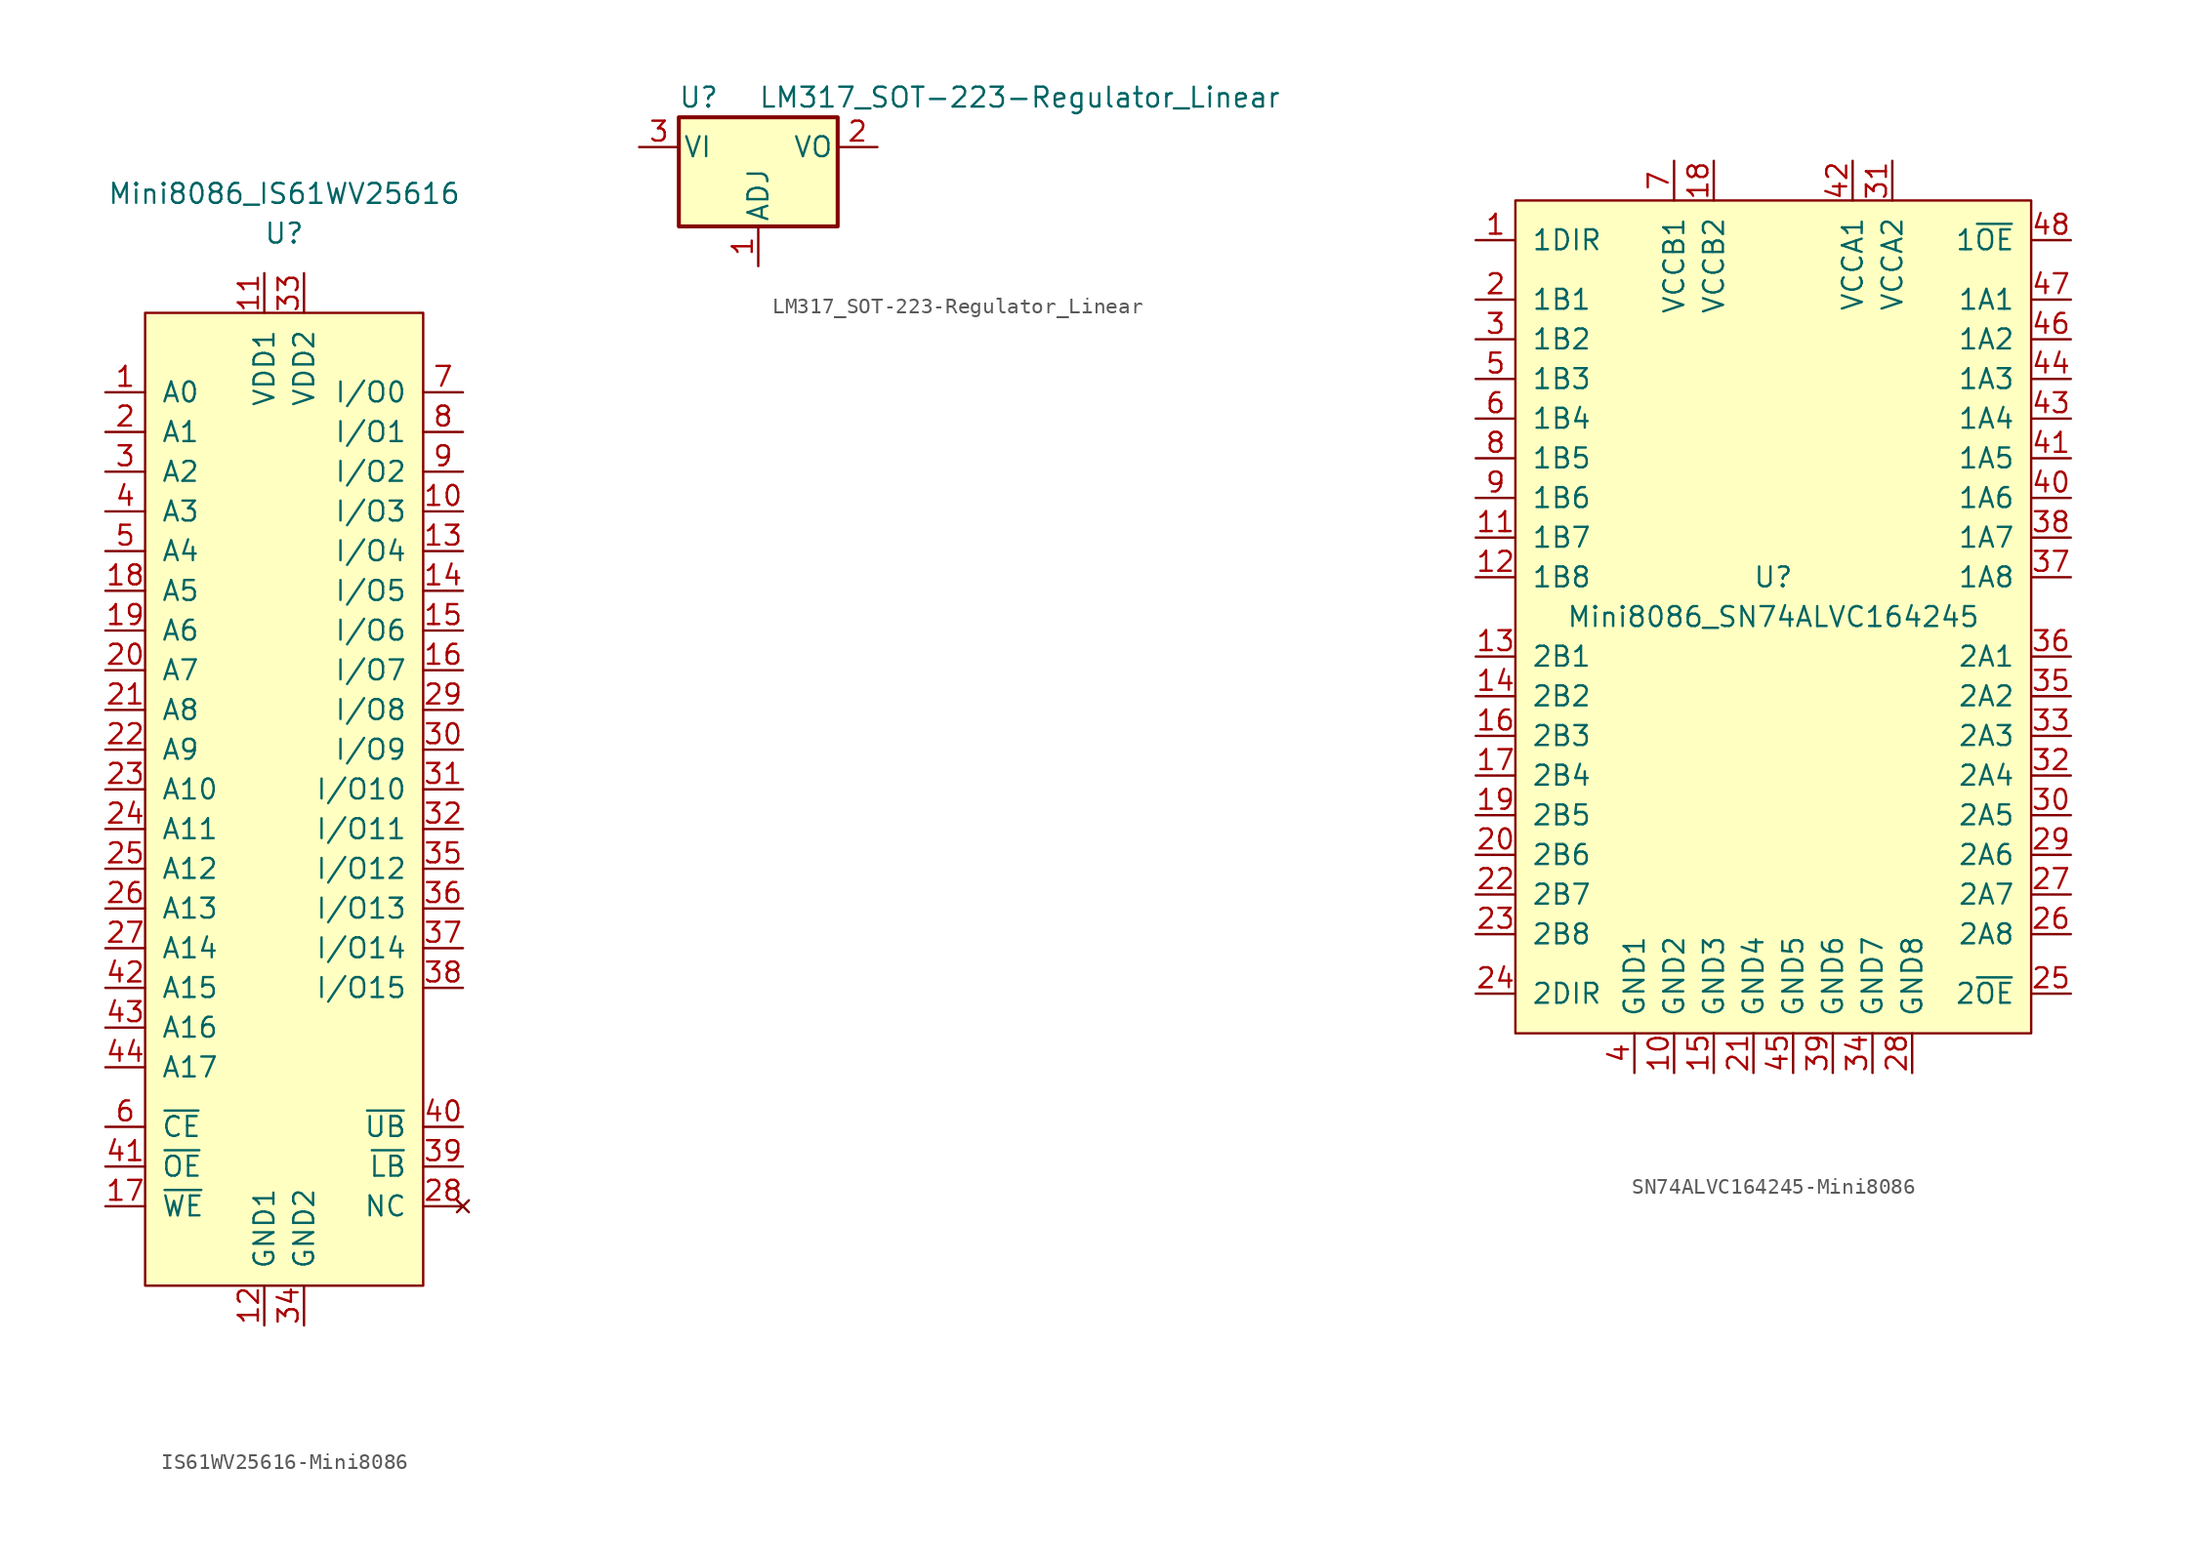
<source format=kicad_sym>
(kicad_symbol_lib
  (version 20220914)
  (generator kicad_symbol_editor)
  (symbol "IS61WV25616-Mini8086"
    (pin_names
      (offset 1.016))
    (property "Reference" "U"
      (at 0 33.02 0)
      (effects (font (size 1.27 1.27))))
    (property "Value" "Mini8086_IS61WV25616"
      (at 0 35.56 0)
      (effects (font (size 1.27 1.27))))
    (symbol "IS61WV25616-Mini8086_0_1"
      (rectangle (start -8.89 27.94) (end 8.89 -34.29) (stroke (width 0) (type solid)) (fill (type background))))
    (symbol "IS61WV25616-Mini8086_1_1"
      (pin input line (at -11.43 22.86 0) (length 2.54) (name "A0" (effects (font (size 1.27 1.27)))) (number "1" (effects (font (size 1.27 1.27)))))
      (pin bidirectional line (at 11.43 15.24 180) (length 2.54) (name "I/O3" (effects (font (size 1.27 1.27)))) (number "10" (effects (font (size 1.27 1.27)))))
      (pin power_in line (at -1.27 30.48 270) (length 2.54) (name "VDD1" (effects (font (size 1.27 1.27)))) (number "11" (effects (font (size 1.27 1.27)))))
      (pin power_in line (at -1.27 -36.83 90) (length 2.54) (name "GND1" (effects (font (size 1.27 1.27)))) (number "12" (effects (font (size 1.27 1.27)))))
      (pin bidirectional line (at 11.43 12.7 180) (length 2.54) (name "I/O4" (effects (font (size 1.27 1.27)))) (number "13" (effects (font (size 1.27 1.27)))))
      (pin bidirectional line (at 11.43 10.16 180) (length 2.54) (name "I/O5" (effects (font (size 1.27 1.27)))) (number "14" (effects (font (size 1.27 1.27)))))
      (pin bidirectional line (at 11.43 7.62 180) (length 2.54) (name "I/O6" (effects (font (size 1.27 1.27)))) (number "15" (effects (font (size 1.27 1.27)))))
      (pin bidirectional line (at 11.43 5.08 180) (length 2.54) (name "I/O7" (effects (font (size 1.27 1.27)))) (number "16" (effects (font (size 1.27 1.27)))))
      (pin input line (at -11.43 -29.21 0) (length 2.54) (name "~{WE}" (effects (font (size 1.27 1.27)))) (number "17" (effects (font (size 1.27 1.27)))))
      (pin input line (at -11.43 10.16 0) (length 2.54) (name "A5" (effects (font (size 1.27 1.27)))) (number "18" (effects (font (size 1.27 1.27)))))
      (pin input line (at -11.43 7.62 0) (length 2.54) (name "A6" (effects (font (size 1.27 1.27)))) (number "19" (effects (font (size 1.27 1.27)))))
      (pin input line (at -11.43 20.32 0) (length 2.54) (name "A1" (effects (font (size 1.27 1.27)))) (number "2" (effects (font (size 1.27 1.27)))))
      (pin input line (at -11.43 5.08 0) (length 2.54) (name "A7" (effects (font (size 1.27 1.27)))) (number "20" (effects (font (size 1.27 1.27)))))
      (pin input line (at -11.43 2.54 0) (length 2.54) (name "A8" (effects (font (size 1.27 1.27)))) (number "21" (effects (font (size 1.27 1.27)))))
      (pin input line (at -11.43 0 0) (length 2.54) (name "A9" (effects (font (size 1.27 1.27)))) (number "22" (effects (font (size 1.27 1.27)))))
      (pin input line (at -11.43 -2.54 0) (length 2.54) (name "A10" (effects (font (size 1.27 1.27)))) (number "23" (effects (font (size 1.27 1.27)))))
      (pin input line (at -11.43 -5.08 0) (length 2.54) (name "A11" (effects (font (size 1.27 1.27)))) (number "24" (effects (font (size 1.27 1.27)))))
      (pin input line (at -11.43 -7.62 0) (length 2.54) (name "A12" (effects (font (size 1.27 1.27)))) (number "25" (effects (font (size 1.27 1.27)))))
      (pin input line (at -11.43 -10.16 0) (length 2.54) (name "A13" (effects (font (size 1.27 1.27)))) (number "26" (effects (font (size 1.27 1.27)))))
      (pin input line (at -11.43 -12.7 0) (length 2.54) (name "A14" (effects (font (size 1.27 1.27)))) (number "27" (effects (font (size 1.27 1.27)))))
      (pin no_connect line (at 11.43 -29.21 180) (length 2.54) (name "NC" (effects (font (size 1.27 1.27)))) (number "28" (effects (font (size 1.27 1.27)))))
      (pin bidirectional line (at 11.43 2.54 180) (length 2.54) (name "I/O8" (effects (font (size 1.27 1.27)))) (number "29" (effects (font (size 1.27 1.27)))))
      (pin input line (at -11.43 17.78 0) (length 2.54) (name "A2" (effects (font (size 1.27 1.27)))) (number "3" (effects (font (size 1.27 1.27)))))
      (pin bidirectional line (at 11.43 0 180) (length 2.54) (name "I/O9" (effects (font (size 1.27 1.27)))) (number "30" (effects (font (size 1.27 1.27)))))
      (pin bidirectional line (at 11.43 -2.54 180) (length 2.54) (name "I/O10" (effects (font (size 1.27 1.27)))) (number "31" (effects (font (size 1.27 1.27)))))
      (pin bidirectional line (at 11.43 -5.08 180) (length 2.54) (name "I/O11" (effects (font (size 1.27 1.27)))) (number "32" (effects (font (size 1.27 1.27)))))
      (pin power_in line (at 1.27 30.48 270) (length 2.54) (name "VDD2" (effects (font (size 1.27 1.27)))) (number "33" (effects (font (size 1.27 1.27)))))
      (pin power_in line (at 1.27 -36.83 90) (length 2.54) (name "GND2" (effects (font (size 1.27 1.27)))) (number "34" (effects (font (size 1.27 1.27)))))
      (pin bidirectional line (at 11.43 -7.62 180) (length 2.54) (name "I/O12" (effects (font (size 1.27 1.27)))) (number "35" (effects (font (size 1.27 1.27)))))
      (pin bidirectional line (at 11.43 -10.16 180) (length 2.54) (name "I/O13" (effects (font (size 1.27 1.27)))) (number "36" (effects (font (size 1.27 1.27)))))
      (pin bidirectional line (at 11.43 -12.7 180) (length 2.54) (name "I/O14" (effects (font (size 1.27 1.27)))) (number "37" (effects (font (size 1.27 1.27)))))
      (pin bidirectional line (at 11.43 -15.24 180) (length 2.54) (name "I/O15" (effects (font (size 1.27 1.27)))) (number "38" (effects (font (size 1.27 1.27)))))
      (pin input line (at 11.43 -26.67 180) (length 2.54) (name "~{LB}" (effects (font (size 1.27 1.27)))) (number "39" (effects (font (size 1.27 1.27)))))
      (pin input line (at -11.43 15.24 0) (length 2.54) (name "A3" (effects (font (size 1.27 1.27)))) (number "4" (effects (font (size 1.27 1.27)))))
      (pin input line (at 11.43 -24.13 180) (length 2.54) (name "~{UB}" (effects (font (size 1.27 1.27)))) (number "40" (effects (font (size 1.27 1.27)))))
      (pin input line (at -11.43 -26.67 0) (length 2.54) (name "~{OE}" (effects (font (size 1.27 1.27)))) (number "41" (effects (font (size 1.27 1.27)))))
      (pin input line (at -11.43 -15.24 0) (length 2.54) (name "A15" (effects (font (size 1.27 1.27)))) (number "42" (effects (font (size 1.27 1.27)))))
      (pin input line (at -11.43 -17.78 0) (length 2.54) (name "A16" (effects (font (size 1.27 1.27)))) (number "43" (effects (font (size 1.27 1.27)))))
      (pin input line (at -11.43 -20.32 0) (length 2.54) (name "A17" (effects (font (size 1.27 1.27)))) (number "44" (effects (font (size 1.27 1.27)))))
      (pin input line (at -11.43 12.7 0) (length 2.54) (name "A4" (effects (font (size 1.27 1.27)))) (number "5" (effects (font (size 1.27 1.27)))))
      (pin input line (at -11.43 -24.13 0) (length 2.54) (name "~{CE}" (effects (font (size 1.27 1.27)))) (number "6" (effects (font (size 1.27 1.27)))))
      (pin bidirectional line (at 11.43 22.86 180) (length 2.54) (name "I/O0" (effects (font (size 1.27 1.27)))) (number "7" (effects (font (size 1.27 1.27)))))
      (pin bidirectional line (at 11.43 20.32 180) (length 2.54) (name "I/O1" (effects (font (size 1.27 1.27)))) (number "8" (effects (font (size 1.27 1.27)))))
      (pin bidirectional line (at 11.43 17.78 180) (length 2.54) (name "I/O2" (effects (font (size 1.27 1.27)))) (number "9" (effects (font (size 1.27 1.27)))))))
  (symbol "LM317_SOT-223-Regulator_Linear"
    (pin_names
      (offset 0.254))
    (property "Reference" "U"
      (at -3.81 3.175 0)
      (effects (font (size 1.27 1.27))))
    (property "Value" "LM317_SOT-223-Regulator_Linear"
      (at 0 3.175 0)
      (effects (font (size 1.27 1.27)) (justify left)))
    (symbol "LM317_SOT-223-Regulator_Linear_0_1"
      (rectangle (start -5.08 1.905) (end 5.08 -5.08) (stroke (width 0.254) (type solid)) (fill (type background))))
    (symbol "LM317_SOT-223-Regulator_Linear_1_1"
      (pin input line (at 0 -7.62 90) (length 2.54) (name "ADJ" (effects (font (size 1.27 1.27)))) (number "1" (effects (font (size 1.27 1.27)))))
      (pin power_out line (at 7.62 0 180) (length 2.54) (name "VO" (effects (font (size 1.27 1.27)))) (number "2" (effects (font (size 1.27 1.27)))))
      (pin power_in line (at -7.62 0 0) (length 2.54) (name "VI" (effects (font (size 1.27 1.27)))) (number "3" (effects (font (size 1.27 1.27)))))))
  (symbol "SN74ALVC164245-Mini8086"
    (pin_names
      (offset 1.016))
    (property "Reference" "U"
      (at 0 2.54 0)
      (effects (font (size 1.27 1.27))))
    (property "Value" "Mini8086_SN74ALVC164245"
      (at 0 0 0)
      (effects (font (size 1.27 1.27))))
    (symbol "SN74ALVC164245-Mini8086_0_1"
      (rectangle (start -16.51 -26.67) (end 16.51 26.67) (stroke (width 0) (type solid)) (fill (type background))))
    (symbol "SN74ALVC164245-Mini8086_1_1"
      (pin input line (at -19.05 24.13 0) (length 2.54) (name "1DIR" (effects (font (size 1.27 1.27)))) (number "1" (effects (font (size 1.27 1.27)))))
      (pin power_in line (at -6.35 -29.21 90) (length 2.54) (name "GND2" (effects (font (size 1.27 1.27)))) (number "10" (effects (font (size 1.27 1.27)))))
      (pin tri_state line (at -19.05 5.08 0) (length 2.54) (name "1B7" (effects (font (size 1.27 1.27)))) (number "11" (effects (font (size 1.27 1.27)))))
      (pin tri_state line (at -19.05 2.54 0) (length 2.54) (name "1B8" (effects (font (size 1.27 1.27)))) (number "12" (effects (font (size 1.27 1.27)))))
      (pin tri_state line (at -19.05 -2.54 0) (length 2.54) (name "2B1" (effects (font (size 1.27 1.27)))) (number "13" (effects (font (size 1.27 1.27)))))
      (pin tri_state line (at -19.05 -5.08 0) (length 2.54) (name "2B2" (effects (font (size 1.27 1.27)))) (number "14" (effects (font (size 1.27 1.27)))))
      (pin power_in line (at -3.81 -29.21 90) (length 2.54) (name "GND3" (effects (font (size 1.27 1.27)))) (number "15" (effects (font (size 1.27 1.27)))))
      (pin tri_state line (at -19.05 -7.62 0) (length 2.54) (name "2B3" (effects (font (size 1.27 1.27)))) (number "16" (effects (font (size 1.27 1.27)))))
      (pin tri_state line (at -19.05 -10.16 0) (length 2.54) (name "2B4" (effects (font (size 1.27 1.27)))) (number "17" (effects (font (size 1.27 1.27)))))
      (pin power_in line (at -3.81 29.21 270) (length 2.54) (name "VCCB2" (effects (font (size 1.27 1.27)))) (number "18" (effects (font (size 1.27 1.27)))))
      (pin tri_state line (at -19.05 -12.7 0) (length 2.54) (name "2B5" (effects (font (size 1.27 1.27)))) (number "19" (effects (font (size 1.27 1.27)))))
      (pin tri_state line (at -19.05 20.32 0) (length 2.54) (name "1B1" (effects (font (size 1.27 1.27)))) (number "2" (effects (font (size 1.27 1.27)))))
      (pin tri_state line (at -19.05 -15.24 0) (length 2.54) (name "2B6" (effects (font (size 1.27 1.27)))) (number "20" (effects (font (size 1.27 1.27)))))
      (pin power_in line (at -1.27 -29.21 90) (length 2.54) (name "GND4" (effects (font (size 1.27 1.27)))) (number "21" (effects (font (size 1.27 1.27)))))
      (pin tri_state line (at -19.05 -17.78 0) (length 2.54) (name "2B7" (effects (font (size 1.27 1.27)))) (number "22" (effects (font (size 1.27 1.27)))))
      (pin tri_state line (at -19.05 -20.32 0) (length 2.54) (name "2B8" (effects (font (size 1.27 1.27)))) (number "23" (effects (font (size 1.27 1.27)))))
      (pin input line (at -19.05 -24.13 0) (length 2.54) (name "2DIR" (effects (font (size 1.27 1.27)))) (number "24" (effects (font (size 1.27 1.27)))))
      (pin tri_state line (at 19.05 -24.13 180) (length 2.54) (name "2~{OE}" (effects (font (size 1.27 1.27)))) (number "25" (effects (font (size 1.27 1.27)))))
      (pin tri_state line (at 19.05 -20.32 180) (length 2.54) (name "2A8" (effects (font (size 1.27 1.27)))) (number "26" (effects (font (size 1.27 1.27)))))
      (pin tri_state line (at 19.05 -17.78 180) (length 2.54) (name "2A7" (effects (font (size 1.27 1.27)))) (number "27" (effects (font (size 1.27 1.27)))))
      (pin power_in line (at 8.89 -29.21 90) (length 2.54) (name "GND8" (effects (font (size 1.27 1.27)))) (number "28" (effects (font (size 1.27 1.27)))))
      (pin tri_state line (at 19.05 -15.24 180) (length 2.54) (name "2A6" (effects (font (size 1.27 1.27)))) (number "29" (effects (font (size 1.27 1.27)))))
      (pin tri_state line (at -19.05 17.78 0) (length 2.54) (name "1B2" (effects (font (size 1.27 1.27)))) (number "3" (effects (font (size 1.27 1.27)))))
      (pin tri_state line (at 19.05 -12.7 180) (length 2.54) (name "2A5" (effects (font (size 1.27 1.27)))) (number "30" (effects (font (size 1.27 1.27)))))
      (pin power_in line (at 7.62 29.21 270) (length 2.54) (name "VCCA2" (effects (font (size 1.27 1.27)))) (number "31" (effects (font (size 1.27 1.27)))))
      (pin tri_state line (at 19.05 -10.16 180) (length 2.54) (name "2A4" (effects (font (size 1.27 1.27)))) (number "32" (effects (font (size 1.27 1.27)))))
      (pin tri_state line (at 19.05 -7.62 180) (length 2.54) (name "2A3" (effects (font (size 1.27 1.27)))) (number "33" (effects (font (size 1.27 1.27)))))
      (pin power_in line (at 6.35 -29.21 90) (length 2.54) (name "GND7" (effects (font (size 1.27 1.27)))) (number "34" (effects (font (size 1.27 1.27)))))
      (pin tri_state line (at 19.05 -5.08 180) (length 2.54) (name "2A2" (effects (font (size 1.27 1.27)))) (number "35" (effects (font (size 1.27 1.27)))))
      (pin tri_state line (at 19.05 -2.54 180) (length 2.54) (name "2A1" (effects (font (size 1.27 1.27)))) (number "36" (effects (font (size 1.27 1.27)))))
      (pin tri_state line (at 19.05 2.54 180) (length 2.54) (name "1A8" (effects (font (size 1.27 1.27)))) (number "37" (effects (font (size 1.27 1.27)))))
      (pin tri_state line (at 19.05 5.08 180) (length 2.54) (name "1A7" (effects (font (size 1.27 1.27)))) (number "38" (effects (font (size 1.27 1.27)))))
      (pin power_in line (at 3.81 -29.21 90) (length 2.54) (name "GND6" (effects (font (size 1.27 1.27)))) (number "39" (effects (font (size 1.27 1.27)))))
      (pin power_in line (at -8.89 -29.21 90) (length 2.54) (name "GND1" (effects (font (size 1.27 1.27)))) (number "4" (effects (font (size 1.27 1.27)))))
      (pin tri_state line (at 19.05 7.62 180) (length 2.54) (name "1A6" (effects (font (size 1.27 1.27)))) (number "40" (effects (font (size 1.27 1.27)))))
      (pin tri_state line (at 19.05 10.16 180) (length 2.54) (name "1A5" (effects (font (size 1.27 1.27)))) (number "41" (effects (font (size 1.27 1.27)))))
      (pin power_in line (at 5.08 29.21 270) (length 2.54) (name "VCCA1" (effects (font (size 1.27 1.27)))) (number "42" (effects (font (size 1.27 1.27)))))
      (pin tri_state line (at 19.05 12.7 180) (length 2.54) (name "1A4" (effects (font (size 1.27 1.27)))) (number "43" (effects (font (size 1.27 1.27)))))
      (pin tri_state line (at 19.05 15.24 180) (length 2.54) (name "1A3" (effects (font (size 1.27 1.27)))) (number "44" (effects (font (size 1.27 1.27)))))
      (pin power_in line (at 1.27 -29.21 90) (length 2.54) (name "GND5" (effects (font (size 1.27 1.27)))) (number "45" (effects (font (size 1.27 1.27)))))
      (pin tri_state line (at 19.05 17.78 180) (length 2.54) (name "1A2" (effects (font (size 1.27 1.27)))) (number "46" (effects (font (size 1.27 1.27)))))
      (pin tri_state line (at 19.05 20.32 180) (length 2.54) (name "1A1" (effects (font (size 1.27 1.27)))) (number "47" (effects (font (size 1.27 1.27)))))
      (pin tri_state line (at 19.05 24.13 180) (length 2.54) (name "1~{OE}" (effects (font (size 1.27 1.27)))) (number "48" (effects (font (size 1.27 1.27)))))
      (pin tri_state line (at -19.05 15.24 0) (length 2.54) (name "1B3" (effects (font (size 1.27 1.27)))) (number "5" (effects (font (size 1.27 1.27)))))
      (pin tri_state line (at -19.05 12.7 0) (length 2.54) (name "1B4" (effects (font (size 1.27 1.27)))) (number "6" (effects (font (size 1.27 1.27)))))
      (pin power_in line (at -6.35 29.21 270) (length 2.54) (name "VCCB1" (effects (font (size 1.27 1.27)))) (number "7" (effects (font (size 1.27 1.27)))))
      (pin tri_state line (at -19.05 10.16 0) (length 2.54) (name "1B5" (effects (font (size 1.27 1.27)))) (number "8" (effects (font (size 1.27 1.27)))))
      (pin tri_state line (at -19.05 7.62 0) (length 2.54) (name "1B6" (effects (font (size 1.27 1.27)))) (number "9" (effects (font (size 1.27 1.27))))))))
</source>
